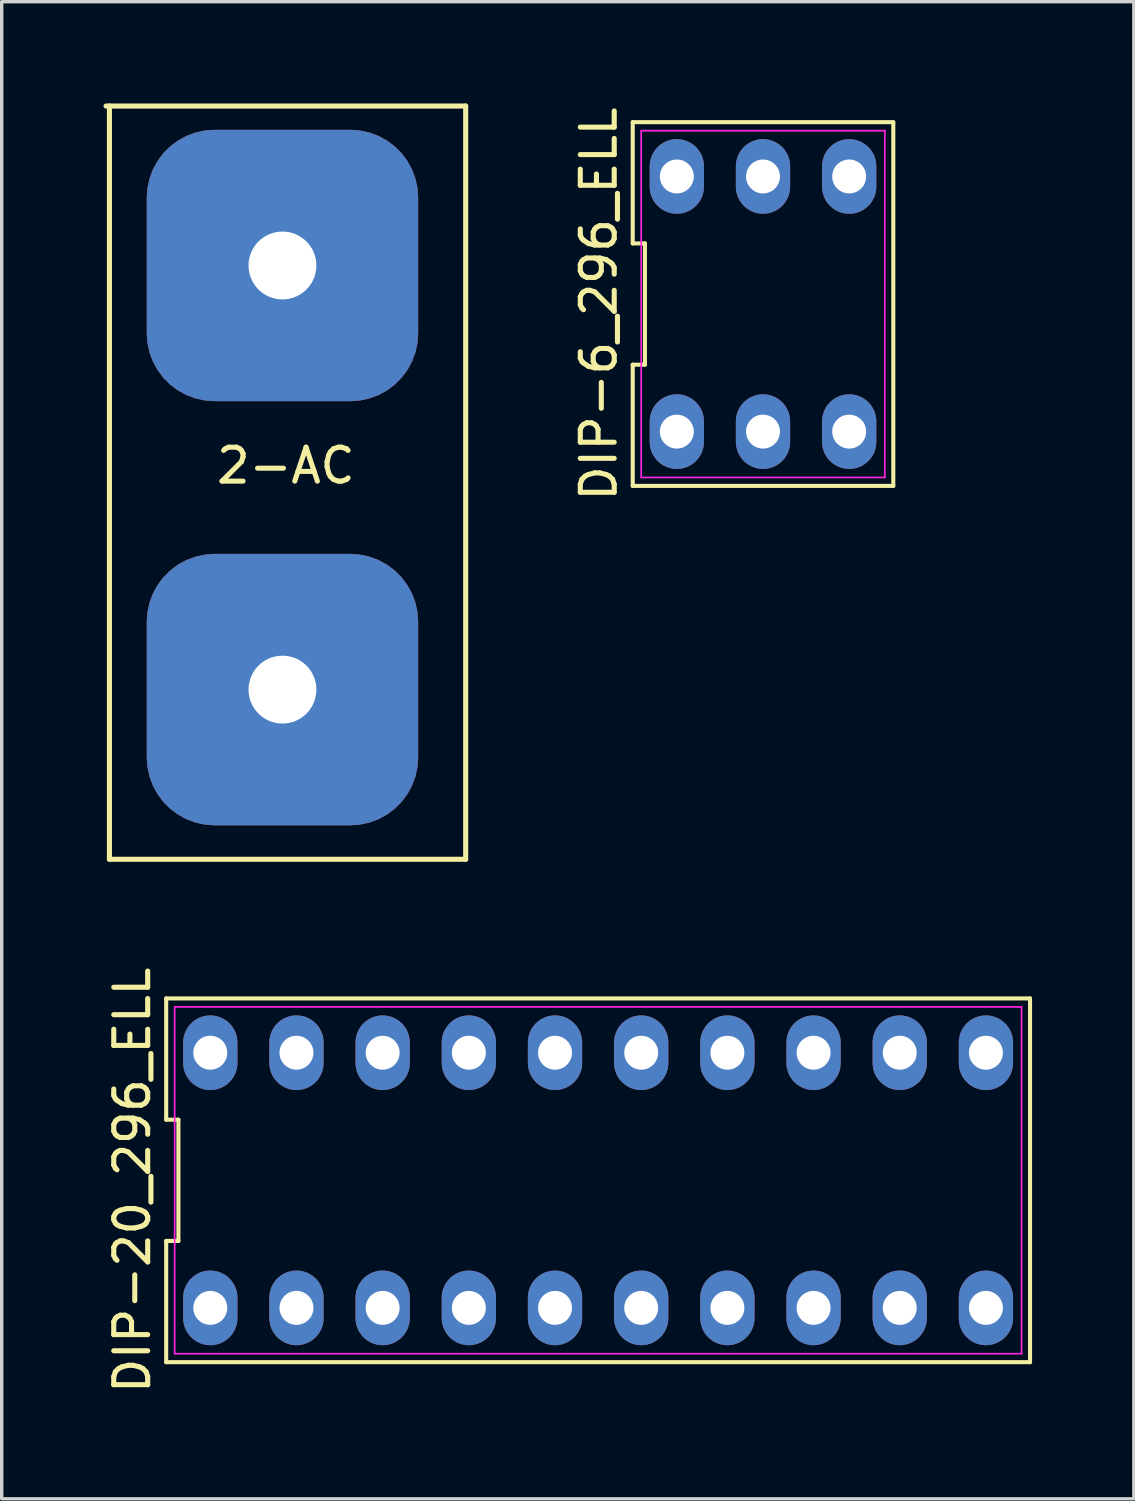
<source format=kicad_pcb>
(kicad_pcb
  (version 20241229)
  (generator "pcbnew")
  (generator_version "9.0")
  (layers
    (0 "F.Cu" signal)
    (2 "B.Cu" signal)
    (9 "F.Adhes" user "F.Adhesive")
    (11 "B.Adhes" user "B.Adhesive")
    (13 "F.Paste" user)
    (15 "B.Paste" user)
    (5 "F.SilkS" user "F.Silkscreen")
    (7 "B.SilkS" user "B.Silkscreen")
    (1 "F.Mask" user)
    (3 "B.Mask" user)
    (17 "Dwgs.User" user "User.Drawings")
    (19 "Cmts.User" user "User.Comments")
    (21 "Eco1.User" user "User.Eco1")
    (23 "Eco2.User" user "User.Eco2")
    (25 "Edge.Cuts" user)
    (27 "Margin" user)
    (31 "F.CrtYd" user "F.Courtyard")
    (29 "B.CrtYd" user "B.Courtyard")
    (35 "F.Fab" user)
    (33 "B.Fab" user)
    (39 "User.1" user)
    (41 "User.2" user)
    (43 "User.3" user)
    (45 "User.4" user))
  (footprint "2-AC"
    (layer "F.Cu")
    (at 5.375 10.175)
    (property "Reference" "2-AC" (at 0 0.5 0) (layer "F.SilkS") (effects (font (size 1 1) (thickness 0.15))))
    (attr through_hole)
    (fp_line (start -5.3 -10.1) (end 5.3 -10.1) (stroke (width 0.15) (type solid)) (layer "F.SilkS"))
    (fp_line (start -5.2 12.1) (end -5.2 -10.1) (stroke (width 0.15) (type solid)) (layer "F.SilkS"))
    (fp_line (start 5.3 -10.1) (end 5.3 12.1) (stroke (width 0.15) (type solid)) (layer "F.SilkS"))
    (fp_line (start 5.3 12.1) (end -5.2 12.1) (stroke (width 0.15) (type solid)) (layer "F.SilkS"))
    (pad "1" thru_hole roundrect (at -0.1 -5.4) (size 8 8) (drill 2) (layers "*.Cu" "*.Mask") (roundrect_rratio 0.25))
    (pad "2" thru_hole roundrect (at -0.1 7.1) (size 8 8) (drill 2) (layers "*.Cu" "*.Mask") (roundrect_rratio 0.25)))
  (footprint "DIP-20_296_ELL"
    (layer "F.Cu")
    (at 14.578 31.737)
    (property "Reference" "DIP-20_296_ELL" (at -13.73 0 90) (layer "F.SilkS") (effects (font (size 1 1) (thickness 0.15))))
    (attr through_hole)
    (fp_line (start -12.73 -5.36) (end -12.73 -1.787) (stroke (width 0.12) (type solid)) (layer "F.SilkS"))
    (fp_line (start -12.73 -1.787) (end -12.37 -1.787) (stroke (width 0.12) (type solid)) (layer "F.SilkS"))
    (fp_line (start -12.73 1.787) (end -12.73 5.36) (stroke (width 0.12) (type solid)) (layer "F.SilkS"))
    (fp_line (start -12.73 5.36) (end 12.73 5.36) (stroke (width 0.12) (type solid)) (layer "F.SilkS"))
    (fp_line (start -12.37 -1.787) (end -12.37 1.787) (stroke (width 0.12) (type solid)) (layer "F.SilkS"))
    (fp_line (start -12.37 1.787) (end -12.73 1.787) (stroke (width 0.12) (type solid)) (layer "F.SilkS"))
    (fp_line (start 12.73 -5.36) (end -12.73 -5.36) (stroke (width 0.12) (type solid)) (layer "F.SilkS"))
    (fp_line (start 12.73 5.36) (end 12.73 -5.36) (stroke (width 0.12) (type solid)) (layer "F.SilkS"))
    (fp_line (start -12.48 -5.11) (end 12.48 -5.11) (stroke (width 0.05) (type solid)) (layer "F.CrtYd"))
    (fp_line (start -12.48 5.11) (end -12.48 -5.11) (stroke (width 0.05) (type solid)) (layer "F.CrtYd"))
    (fp_line (start 12.48 -5.11) (end 12.48 5.11) (stroke (width 0.05) (type solid)) (layer "F.CrtYd"))
    (fp_line (start 12.48 5.11) (end -12.48 5.11) (stroke (width 0.05) (type solid)) (layer "F.CrtYd"))
    (pad "1" thru_hole oval (at -11.43 3.76) (size 1.6 2.2) (drill 1) (layers "*.Cu" "*.Mask"))
    (pad "2" thru_hole oval (at -8.89 3.76) (size 1.6 2.2) (drill 1) (layers "*.Cu" "*.Mask"))
    (pad "3" thru_hole oval (at -6.35 3.76) (size 1.6 2.2) (drill 1) (layers "*.Cu" "*.Mask"))
    (pad "4" thru_hole oval (at -3.81 3.76) (size 1.6 2.2) (drill 1) (layers "*.Cu" "*.Mask"))
    (pad "5" thru_hole oval (at -1.27 3.76) (size 1.6 2.2) (drill 1) (layers "*.Cu" "*.Mask"))
    (pad "6" thru_hole oval (at 1.27 3.76) (size 1.6 2.2) (drill 1) (layers "*.Cu" "*.Mask"))
    (pad "7" thru_hole oval (at 3.81 3.76) (size 1.6 2.2) (drill 1) (layers "*.Cu" "*.Mask"))
    (pad "8" thru_hole oval (at 6.35 3.76) (size 1.6 2.2) (drill 1) (layers "*.Cu" "*.Mask"))
    (pad "9" thru_hole oval (at 8.89 3.76) (size 1.6 2.2) (drill 1) (layers "*.Cu" "*.Mask"))
    (pad "10" thru_hole oval (at 11.43 3.76) (size 1.6 2.2) (drill 1) (layers "*.Cu" "*.Mask"))
    (pad "11" thru_hole oval (at 11.43 -3.76) (size 1.6 2.2) (drill 1) (layers "*.Cu" "*.Mask"))
    (pad "12" thru_hole oval (at 8.89 -3.76) (size 1.6 2.2) (drill 1) (layers "*.Cu" "*.Mask"))
    (pad "13" thru_hole oval (at 6.35 -3.76) (size 1.6 2.2) (drill 1) (layers "*.Cu" "*.Mask"))
    (pad "14" thru_hole oval (at 3.81 -3.76) (size 1.6 2.2) (drill 1) (layers "*.Cu" "*.Mask"))
    (pad "15" thru_hole oval (at 1.27 -3.76) (size 1.6 2.2) (drill 1) (layers "*.Cu" "*.Mask"))
    (pad "16" thru_hole oval (at -1.27 -3.76) (size 1.6 2.2) (drill 1) (layers "*.Cu" "*.Mask"))
    (pad "17" thru_hole oval (at -3.81 -3.76) (size 1.6 2.2) (drill 1) (layers "*.Cu" "*.Mask"))
    (pad "18" thru_hole oval (at -6.35 -3.76) (size 1.6 2.2) (drill 1) (layers "*.Cu" "*.Mask"))
    (pad "19" thru_hole oval (at -8.89 -3.76) (size 1.6 2.2) (drill 1) (layers "*.Cu" "*.Mask"))
    (pad "20" thru_hole oval (at -11.43 -3.76) (size 1.6 2.2) (drill 1) (layers "*.Cu" "*.Mask")))
  (footprint "DIP-6_296_ELL"
    (layer "F.Cu")
    (at 19.438 5.911)
    (property "Reference" "DIP-6_296_ELL" (at -4.84 0 90) (layer "F.SilkS") (effects (font (size 1 1) (thickness 0.15))))
    (attr through_hole)
    (fp_line (start -3.84 -1.787) (end -3.48 -1.787) (stroke (width 0.12) (type solid)) (layer "F.SilkS"))
    (fp_line (start -3.84 1.787) (end -3.84 5.36) (stroke (width 0.12) (type solid)) (layer "F.SilkS"))
    (fp_line (start -3.84 5.36) (end 3.84 5.36) (stroke (width 0.12) (type solid)) (layer "F.SilkS"))
    (fp_line (start -3.84 -5.36) (end -3.84 -1.787) (stroke (width 0.12) (type solid)) (layer "F.SilkS"))
    (fp_line (start -3.48 -1.787) (end -3.48 1.787) (stroke (width 0.12) (type solid)) (layer "F.SilkS"))
    (fp_line (start -3.48 1.787) (end -3.84 1.787) (stroke (width 0.12) (type solid)) (layer "F.SilkS"))
    (fp_line (start 3.84 5.36) (end 3.84 -5.36) (stroke (width 0.12) (type solid)) (layer "F.SilkS"))
    (fp_line (start 3.84 -5.36) (end -3.84 -5.36) (stroke (width 0.12) (type solid)) (layer "F.SilkS"))
    (fp_line (start -3.59 -5.11) (end 3.59 -5.11) (stroke (width 0.05) (type solid)) (layer "F.CrtYd"))
    (fp_line (start -3.59 5.11) (end -3.59 -5.11) (stroke (width 0.05) (type solid)) (layer "F.CrtYd"))
    (fp_line (start 3.59 -5.11) (end 3.59 5.11) (stroke (width 0.05) (type solid)) (layer "F.CrtYd"))
    (fp_line (start 3.59 5.11) (end -3.59 5.11) (stroke (width 0.05) (type solid)) (layer "F.CrtYd"))
    (pad "1" thru_hole oval (at -2.54 3.76) (size 1.6 2.2) (drill 1) (layers "*.Cu" "*.Mask"))
    (pad "2" thru_hole oval (at 0 3.76) (size 1.6 2.2) (drill 1) (layers "*.Cu" "*.Mask"))
    (pad "3" thru_hole oval (at 2.54 3.76) (size 1.6 2.2) (drill 1) (layers "*.Cu" "*.Mask"))
    (pad "4" thru_hole oval (at 2.54 -3.76) (size 1.6 2.2) (drill 1) (layers "*.Cu" "*.Mask"))
    (pad "5" thru_hole oval (at 0 -3.76) (size 1.6 2.2) (drill 1) (layers "*.Cu" "*.Mask"))
    (pad "6" thru_hole oval (at -2.54 -3.76) (size 1.6 2.2) (drill 1) (layers "*.Cu" "*.Mask")))
  (gr_rect
    (start -3 -3)
    (end 30.368 41.124)
    (stroke (width 0.1) (type default))
    (fill no)
    (layer "Edge.Cuts")))
</source>
